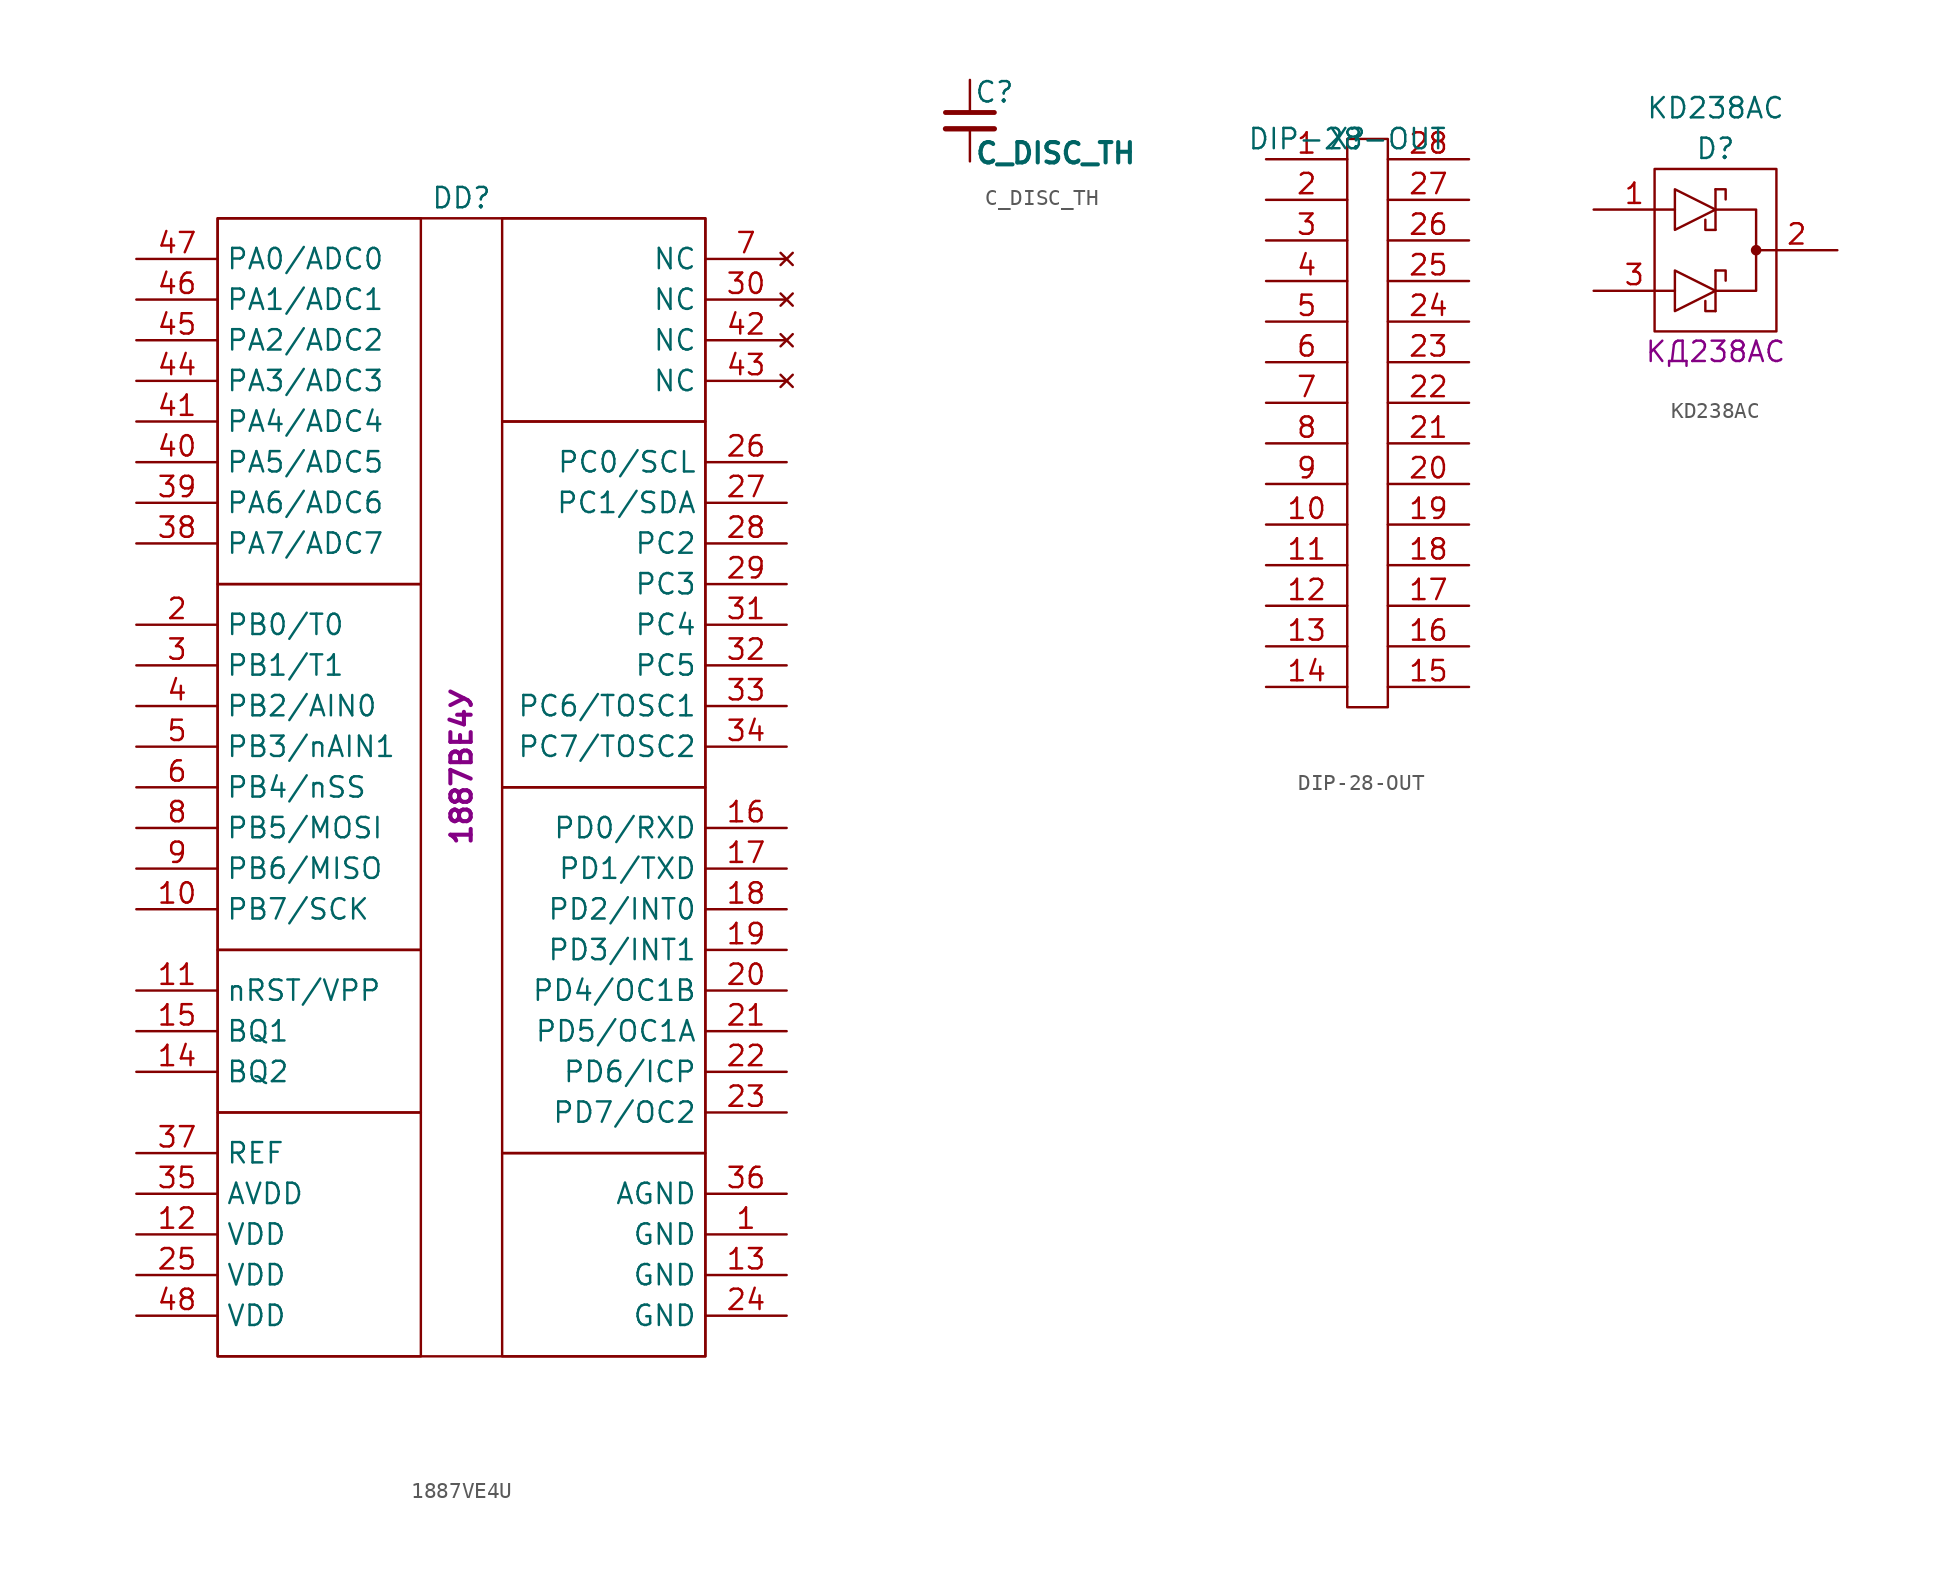
<source format=kicad_sym>
(kicad_symbol_lib
  (version 20211014)
  (generator kicad_symbol_editor)
  (symbol "1887VE4U"
    (property "Reference" "DD"
      (at 0 35.56 0)
      (effects (font (size 1.27 1.27))))
    (property "p/n" "1887ВЕ4У"
      (at 0 0 90)
      (effects (font (size 1.27 1.27) bold)))
    (symbol "1887VE4U_0_1"
      (rectangle (start -15.24 -21.59) (end -2.54 -36.83) (stroke (width 0.152) (type default) (color 0 0 0 0)) (fill (type none)))
      (rectangle (start -15.24 -11.43) (end -2.54 -21.59) (stroke (width 0.152) (type default) (color 0 0 0 0)) (fill (type none)))
      (rectangle (start -15.24 11.43) (end -2.54 -11.43) (stroke (width 0.152) (type default) (color 0 0 0 0)) (fill (type none)))
      (rectangle (start -15.24 34.29) (end -2.54 11.43) (stroke (width 0.152) (type default) (color 0 0 0 0)) (fill (type none)))
      (rectangle (start -15.24 34.29) (end 15.24 -36.83) (stroke (width 0.152) (type default) (color 0 0 0 0)) (fill (type none)))
      (rectangle (start 2.54 -24.13) (end 15.24 -36.83) (stroke (width 0.152) (type default) (color 0 0 0 0)) (fill (type none)))
      (rectangle (start 2.54 -1.27) (end 15.24 -24.13) (stroke (width 0.152) (type default) (color 0 0 0 0)) (fill (type none)))
      (rectangle (start 2.54 21.59) (end 15.24 -1.27) (stroke (width 0.152) (type default) (color 0 0 0 0)) (fill (type none)))
      (rectangle (start 2.54 34.29) (end 15.24 21.59) (stroke (width 0.152) (type default) (color 0 0 0 0)) (fill (type none))))
    (symbol "1887VE4U_1_1"
      (pin passive line (at 20.32 -29.21 180) (length 5.08) (name "GND" (effects (font (size 1.27 1.27)))) (number "1" (effects (font (size 1.27 1.27)))))
      (pin passive line (at -20.32 -8.89 0) (length 5.08) (name "PB7/SCK" (effects (font (size 1.27 1.27)))) (number "10" (effects (font (size 1.27 1.27)))))
      (pin passive line (at -20.32 -13.97 0) (length 5.08) (name "nRST/VPP" (effects (font (size 1.27 1.27)))) (number "11" (effects (font (size 1.27 1.27)))))
      (pin passive line (at -20.32 -29.21 0) (length 5.08) (name "VDD" (effects (font (size 1.27 1.27)))) (number "12" (effects (font (size 1.27 1.27)))))
      (pin passive line (at 20.32 -31.75 180) (length 5.08) (name "GND" (effects (font (size 1.27 1.27)))) (number "13" (effects (font (size 1.27 1.27)))))
      (pin passive line (at -20.32 -19.05 0) (length 5.08) (name "BQ2" (effects (font (size 1.27 1.27)))) (number "14" (effects (font (size 1.27 1.27)))))
      (pin passive line (at -20.32 -16.51 0) (length 5.08) (name "BQ1" (effects (font (size 1.27 1.27)))) (number "15" (effects (font (size 1.27 1.27)))))
      (pin passive line (at 20.32 -3.81 180) (length 5.08) (name "PD0/RXD" (effects (font (size 1.27 1.27)))) (number "16" (effects (font (size 1.27 1.27)))))
      (pin passive line (at 20.32 -6.35 180) (length 5.08) (name "PD1/TXD" (effects (font (size 1.27 1.27)))) (number "17" (effects (font (size 1.27 1.27)))))
      (pin passive line (at 20.32 -8.89 180) (length 5.08) (name "PD2/INT0" (effects (font (size 1.27 1.27)))) (number "18" (effects (font (size 1.27 1.27)))))
      (pin passive line (at 20.32 -11.43 180) (length 5.08) (name "PD3/INT1" (effects (font (size 1.27 1.27)))) (number "19" (effects (font (size 1.27 1.27)))))
      (pin passive line (at -20.32 8.89 0) (length 5.08) (name "PB0/T0" (effects (font (size 1.27 1.27)))) (number "2" (effects (font (size 1.27 1.27)))))
      (pin passive line (at 20.32 -13.97 180) (length 5.08) (name "PD4/OC1B" (effects (font (size 1.27 1.27)))) (number "20" (effects (font (size 1.27 1.27)))))
      (pin passive line (at 20.32 -16.51 180) (length 5.08) (name "PD5/OC1A" (effects (font (size 1.27 1.27)))) (number "21" (effects (font (size 1.27 1.27)))))
      (pin passive line (at 20.32 -19.05 180) (length 5.08) (name "PD6/ICP" (effects (font (size 1.27 1.27)))) (number "22" (effects (font (size 1.27 1.27)))))
      (pin passive line (at 20.32 -21.59 180) (length 5.08) (name "PD7/OC2" (effects (font (size 1.27 1.27)))) (number "23" (effects (font (size 1.27 1.27)))))
      (pin passive line (at 20.32 -34.29 180) (length 5.08) (name "GND" (effects (font (size 1.27 1.27)))) (number "24" (effects (font (size 1.27 1.27)))))
      (pin passive line (at -20.32 -31.75 0) (length 5.08) (name "VDD" (effects (font (size 1.27 1.27)))) (number "25" (effects (font (size 1.27 1.27)))))
      (pin passive line (at 20.32 19.05 180) (length 5.08) (name "PC0/SCL" (effects (font (size 1.27 1.27)))) (number "26" (effects (font (size 1.27 1.27)))))
      (pin passive line (at 20.32 16.51 180) (length 5.08) (name "PC1/SDA" (effects (font (size 1.27 1.27)))) (number "27" (effects (font (size 1.27 1.27)))))
      (pin passive line (at 20.32 13.97 180) (length 5.08) (name "PC2" (effects (font (size 1.27 1.27)))) (number "28" (effects (font (size 1.27 1.27)))))
      (pin passive line (at 20.32 11.43 180) (length 5.08) (name "PC3" (effects (font (size 1.27 1.27)))) (number "29" (effects (font (size 1.27 1.27)))))
      (pin passive line (at -20.32 6.35 0) (length 5.08) (name "PB1/T1" (effects (font (size 1.27 1.27)))) (number "3" (effects (font (size 1.27 1.27)))))
      (pin no_connect line (at 20.32 29.21 180) (length 5.08) (name "NC" (effects (font (size 1.27 1.27)))) (number "30" (effects (font (size 1.27 1.27)))))
      (pin passive line (at 20.32 8.89 180) (length 5.08) (name "PC4" (effects (font (size 1.27 1.27)))) (number "31" (effects (font (size 1.27 1.27)))))
      (pin passive line (at 20.32 6.35 180) (length 5.08) (name "PC5" (effects (font (size 1.27 1.27)))) (number "32" (effects (font (size 1.27 1.27)))))
      (pin passive line (at 20.32 3.81 180) (length 5.08) (name "PC6/TOSC1" (effects (font (size 1.27 1.27)))) (number "33" (effects (font (size 1.27 1.27)))))
      (pin passive line (at 20.32 1.27 180) (length 5.08) (name "PC7/TOSC2" (effects (font (size 1.27 1.27)))) (number "34" (effects (font (size 1.27 1.27)))))
      (pin passive line (at -20.32 -26.67 0) (length 5.08) (name "AVDD" (effects (font (size 1.27 1.27)))) (number "35" (effects (font (size 1.27 1.27)))))
      (pin passive line (at 20.32 -26.67 180) (length 5.08) (name "AGND" (effects (font (size 1.27 1.27)))) (number "36" (effects (font (size 1.27 1.27)))))
      (pin passive line (at -20.32 -24.13 0) (length 5.08) (name "REF" (effects (font (size 1.27 1.27)))) (number "37" (effects (font (size 1.27 1.27)))))
      (pin passive line (at -20.32 13.97 0) (length 5.08) (name "PA7/ADC7" (effects (font (size 1.27 1.27)))) (number "38" (effects (font (size 1.27 1.27)))))
      (pin passive line (at -20.32 16.51 0) (length 5.08) (name "PA6/ADC6" (effects (font (size 1.27 1.27)))) (number "39" (effects (font (size 1.27 1.27)))))
      (pin passive line (at -20.32 3.81 0) (length 5.08) (name "PB2/AIN0" (effects (font (size 1.27 1.27)))) (number "4" (effects (font (size 1.27 1.27)))))
      (pin passive line (at -20.32 19.05 0) (length 5.08) (name "PA5/ADC5" (effects (font (size 1.27 1.27)))) (number "40" (effects (font (size 1.27 1.27)))))
      (pin passive line (at -20.32 21.59 0) (length 5.08) (name "PA4/ADC4" (effects (font (size 1.27 1.27)))) (number "41" (effects (font (size 1.27 1.27)))))
      (pin no_connect line (at 20.32 26.67 180) (length 5.08) (name "NC" (effects (font (size 1.27 1.27)))) (number "42" (effects (font (size 1.27 1.27)))))
      (pin no_connect line (at 20.32 24.13 180) (length 5.08) (name "NC" (effects (font (size 1.27 1.27)))) (number "43" (effects (font (size 1.27 1.27)))))
      (pin passive line (at -20.32 24.13 0) (length 5.08) (name "PA3/ADC3" (effects (font (size 1.27 1.27)))) (number "44" (effects (font (size 1.27 1.27)))))
      (pin passive line (at -20.32 26.67 0) (length 5.08) (name "PA2/ADC2" (effects (font (size 1.27 1.27)))) (number "45" (effects (font (size 1.27 1.27)))))
      (pin passive line (at -20.32 29.21 0) (length 5.08) (name "PA1/ADC1" (effects (font (size 1.27 1.27)))) (number "46" (effects (font (size 1.27 1.27)))))
      (pin passive line (at -20.32 31.75 0) (length 5.08) (name "PA0/ADC0" (effects (font (size 1.27 1.27)))) (number "47" (effects (font (size 1.27 1.27)))))
      (pin passive line (at -20.32 -34.29 0) (length 5.08) (name "VDD" (effects (font (size 1.27 1.27)))) (number "48" (effects (font (size 1.27 1.27)))))
      (pin passive line (at -20.32 1.27 0) (length 5.08) (name "PB3/nAIN1" (effects (font (size 1.27 1.27)))) (number "5" (effects (font (size 1.27 1.27)))))
      (pin passive line (at -20.32 -1.27 0) (length 5.08) (name "PB4/nSS" (effects (font (size 1.27 1.27)))) (number "6" (effects (font (size 1.27 1.27)))))
      (pin no_connect line (at 20.32 31.75 180) (length 5.08) (name "NC" (effects (font (size 1.27 1.27)))) (number "7" (effects (font (size 1.27 1.27)))))
      (pin passive line (at -20.32 -3.81 0) (length 5.08) (name "PB5/MOSI" (effects (font (size 1.27 1.27)))) (number "8" (effects (font (size 1.27 1.27)))))
      (pin passive line (at -20.32 -6.35 0) (length 5.08) (name "PB6/MISO" (effects (font (size 1.27 1.27)))) (number "9" (effects (font (size 1.27 1.27)))))))
  (symbol "C_DISC_TH"
    (pin_numbers hide)
    (pin_names
      (offset 0.254) hide)
    (property "Reference" "C"
      (at 0.254 1.778 0)
      (effects (font (size 1.27 1.27)) (justify left)))
    (property "Value" "C_DISC_TH"
      (at 0.254 -2.032 0)
      (effects (font (size 1.27 1.27) bold) (justify left)))
    (symbol "C_DISC_TH_0_1"
      (polyline (pts (xy -1.524 -0.508) (xy 1.524 -0.508)) (stroke (width 0.33) (type default) (color 0 0 0 0)) (fill (type none)))
      (polyline (pts (xy -1.524 0.508) (xy 1.524 0.508)) (stroke (width 0.305) (type default) (color 0 0 0 0)) (fill (type none))))
    (symbol "C_DISC_TH_1_1"
      (pin passive line (at 0 2.54 270) (length 2.032) (name "~" (effects (font (size 1.27 1.27)))) (number "1" (effects (font (size 1.27 1.27)))))
      (pin passive line (at 0 -2.54 90) (length 2.032) (name "~" (effects (font (size 1.27 1.27)))) (number "2" (effects (font (size 1.27 1.27)))))))
  (symbol "DIP-28-OUT"
    (property "Reference" "X"
      (at 0 0 0)
      (effects (font (size 1.27 1.27))))
    (property "Value" "DIP-28-OUT"
      (at 0 0 0)
      (effects (font (size 1.27 1.27))))
    (symbol "DIP-28-OUT_0_1"
      (rectangle (start 0 0) (end 2.54 -35.56) (stroke (width 0.152) (type default) (color 0 0 0 0)) (fill (type none))))
    (symbol "DIP-28-OUT_1_1"
      (pin passive line (at -5.08 -1.27 0) (length 5.08) (name "" (effects (font (size 1.27 1.27)))) (number "1" (effects (font (size 1.27 1.27)))))
      (pin passive line (at -5.08 -24.13 0) (length 5.08) (name "" (effects (font (size 1.27 1.27)))) (number "10" (effects (font (size 1.27 1.27)))))
      (pin passive line (at -5.08 -26.67 0) (length 5.08) (name "" (effects (font (size 1.27 1.27)))) (number "11" (effects (font (size 1.27 1.27)))))
      (pin passive line (at -5.08 -29.21 0) (length 5.08) (name "" (effects (font (size 1.27 1.27)))) (number "12" (effects (font (size 1.27 1.27)))))
      (pin passive line (at -5.08 -31.75 0) (length 5.08) (name "" (effects (font (size 1.27 1.27)))) (number "13" (effects (font (size 1.27 1.27)))))
      (pin passive line (at -5.08 -34.29 0) (length 5.08) (name "" (effects (font (size 1.27 1.27)))) (number "14" (effects (font (size 1.27 1.27)))))
      (pin passive line (at 7.62 -34.29 180) (length 5.08) (name "" (effects (font (size 1.27 1.27)))) (number "15" (effects (font (size 1.27 1.27)))))
      (pin passive line (at 7.62 -31.75 180) (length 5.08) (name "" (effects (font (size 1.27 1.27)))) (number "16" (effects (font (size 1.27 1.27)))))
      (pin passive line (at 7.62 -29.21 180) (length 5.08) (name "" (effects (font (size 1.27 1.27)))) (number "17" (effects (font (size 1.27 1.27)))))
      (pin passive line (at 7.62 -26.67 180) (length 5.08) (name "" (effects (font (size 1.27 1.27)))) (number "18" (effects (font (size 1.27 1.27)))))
      (pin passive line (at 7.62 -24.13 180) (length 5.08) (name "" (effects (font (size 1.27 1.27)))) (number "19" (effects (font (size 1.27 1.27)))))
      (pin passive line (at -5.08 -3.81 0) (length 5.08) (name "" (effects (font (size 1.27 1.27)))) (number "2" (effects (font (size 1.27 1.27)))))
      (pin passive line (at 7.62 -21.59 180) (length 5.08) (name "" (effects (font (size 1.27 1.27)))) (number "20" (effects (font (size 1.27 1.27)))))
      (pin passive line (at 7.62 -19.05 180) (length 5.08) (name "" (effects (font (size 1.27 1.27)))) (number "21" (effects (font (size 1.27 1.27)))))
      (pin passive line (at 7.62 -16.51 180) (length 5.08) (name "" (effects (font (size 1.27 1.27)))) (number "22" (effects (font (size 1.27 1.27)))))
      (pin passive line (at 7.62 -13.97 180) (length 5.08) (name "" (effects (font (size 1.27 1.27)))) (number "23" (effects (font (size 1.27 1.27)))))
      (pin passive line (at 7.62 -11.43 180) (length 5.08) (name "" (effects (font (size 1.27 1.27)))) (number "24" (effects (font (size 1.27 1.27)))))
      (pin passive line (at 7.62 -8.89 180) (length 5.08) (name "" (effects (font (size 1.27 1.27)))) (number "25" (effects (font (size 1.27 1.27)))))
      (pin passive line (at 7.62 -6.35 180) (length 5.08) (name "" (effects (font (size 1.27 1.27)))) (number "26" (effects (font (size 1.27 1.27)))))
      (pin passive line (at 7.62 -3.81 180) (length 5.08) (name "" (effects (font (size 1.27 1.27)))) (number "27" (effects (font (size 1.27 1.27)))))
      (pin passive line (at 7.62 -1.27 180) (length 5.08) (name "" (effects (font (size 1.27 1.27)))) (number "28" (effects (font (size 1.27 1.27)))))
      (pin passive line (at -5.08 -6.35 0) (length 5.08) (name "" (effects (font (size 1.27 1.27)))) (number "3" (effects (font (size 1.27 1.27)))))
      (pin passive line (at -5.08 -8.89 0) (length 5.08) (name "" (effects (font (size 1.27 1.27)))) (number "4" (effects (font (size 1.27 1.27)))))
      (pin passive line (at -5.08 -11.43 0) (length 5.08) (name "" (effects (font (size 1.27 1.27)))) (number "5" (effects (font (size 1.27 1.27)))))
      (pin passive line (at -5.08 -13.97 0) (length 5.08) (name "" (effects (font (size 1.27 1.27)))) (number "6" (effects (font (size 1.27 1.27)))))
      (pin passive line (at -5.08 -16.51 0) (length 5.08) (name "" (effects (font (size 1.27 1.27)))) (number "7" (effects (font (size 1.27 1.27)))))
      (pin passive line (at -5.08 -19.05 0) (length 5.08) (name "" (effects (font (size 1.27 1.27)))) (number "8" (effects (font (size 1.27 1.27)))))
      (pin passive line (at -5.08 -21.59 0) (length 5.08) (name "" (effects (font (size 1.27 1.27)))) (number "9" (effects (font (size 1.27 1.27)))))))
  (symbol "KD238AC"
    (property "Reference" "D"
      (at 0 6.35 0)
      (effects (font (size 1.27 1.27))))
    (property "Value" "KD238AC"
      (at 0 8.89 0)
      (effects (font (size 1.27 1.27))))
    (property "p/n" "КД238АС"
      (at 0 -6.35 0)
      (effects (font (size 1.27 1.27))))
    (symbol "KD238AC_0_1"
      (rectangle (start -3.81 5.08) (end 3.81 -5.08) (stroke (width 0.152) (type default) (color 0 0 0 0)) (fill (type none)))
      (polyline (pts (xy 0 -1.27) (xy 0 -3.81)) (stroke (width 0.152) (type default) (color 0 0 0 0)) (fill (type none)))
      (polyline (pts (xy 0 3.81) (xy 0 1.27)) (stroke (width 0.152) (type default) (color 0 0 0 0)) (fill (type none)))
      (polyline (pts (xy 0 -3.81) (xy -0.635 -3.81) (xy -0.635 -3.175)) (stroke (width 0.152) (type default) (color 0 0 0 0)) (fill (type none)))
      (polyline (pts (xy 0 -1.27) (xy 0.635 -1.27) (xy 0.635 -1.905)) (stroke (width 0.152) (type default) (color 0 0 0 0)) (fill (type none)))
      (polyline (pts (xy 0 1.27) (xy -0.635 1.27) (xy -0.635 1.905)) (stroke (width 0.152) (type default) (color 0 0 0 0)) (fill (type none)))
      (polyline (pts (xy 0 3.81) (xy 0.635 3.81) (xy 0.635 3.175)) (stroke (width 0.152) (type default) (color 0 0 0 0)) (fill (type none)))
      (polyline (pts (xy -2.54 -1.27) (xy 0 -2.54) (xy -2.54 -3.81) (xy -2.54 -1.27)) (stroke (width 0.152) (type default) (color 0 0 0 0)) (fill (type none)))
      (polyline (pts (xy -2.54 3.81) (xy 0 2.54) (xy -2.54 1.27) (xy -2.54 3.81)) (stroke (width 0.152) (type default) (color 0 0 0 0)) (fill (type none)))
      (polyline (pts (xy 0 2.54) (xy 2.54 2.54) (xy 2.54 -2.54) (xy 0 -2.54)) (stroke (width 0.152) (type default) (color 0 0 0 0)) (fill (type none)))
      (circle (center 2.54 0) (radius 0.254) (stroke (width 0.152) (type default) (color 0 0 0 0)) (fill (type outline))))
    (symbol "KD238AC_1_1"
      (pin passive line (at -7.62 2.54 0) (length 5.08) (name "" (effects (font (size 1.27 1.27)))) (number "1" (effects (font (size 1.27 1.27)))))
      (pin passive line (at 7.62 0 180) (length 5.08) (name "" (effects (font (size 1.27 1.27)))) (number "2" (effects (font (size 1.27 1.27)))))
      (pin passive line (at -7.62 -2.54 0) (length 5.08) (name "" (effects (font (size 1.27 1.27)))) (number "3" (effects (font (size 1.27 1.27))))))))
</source>
